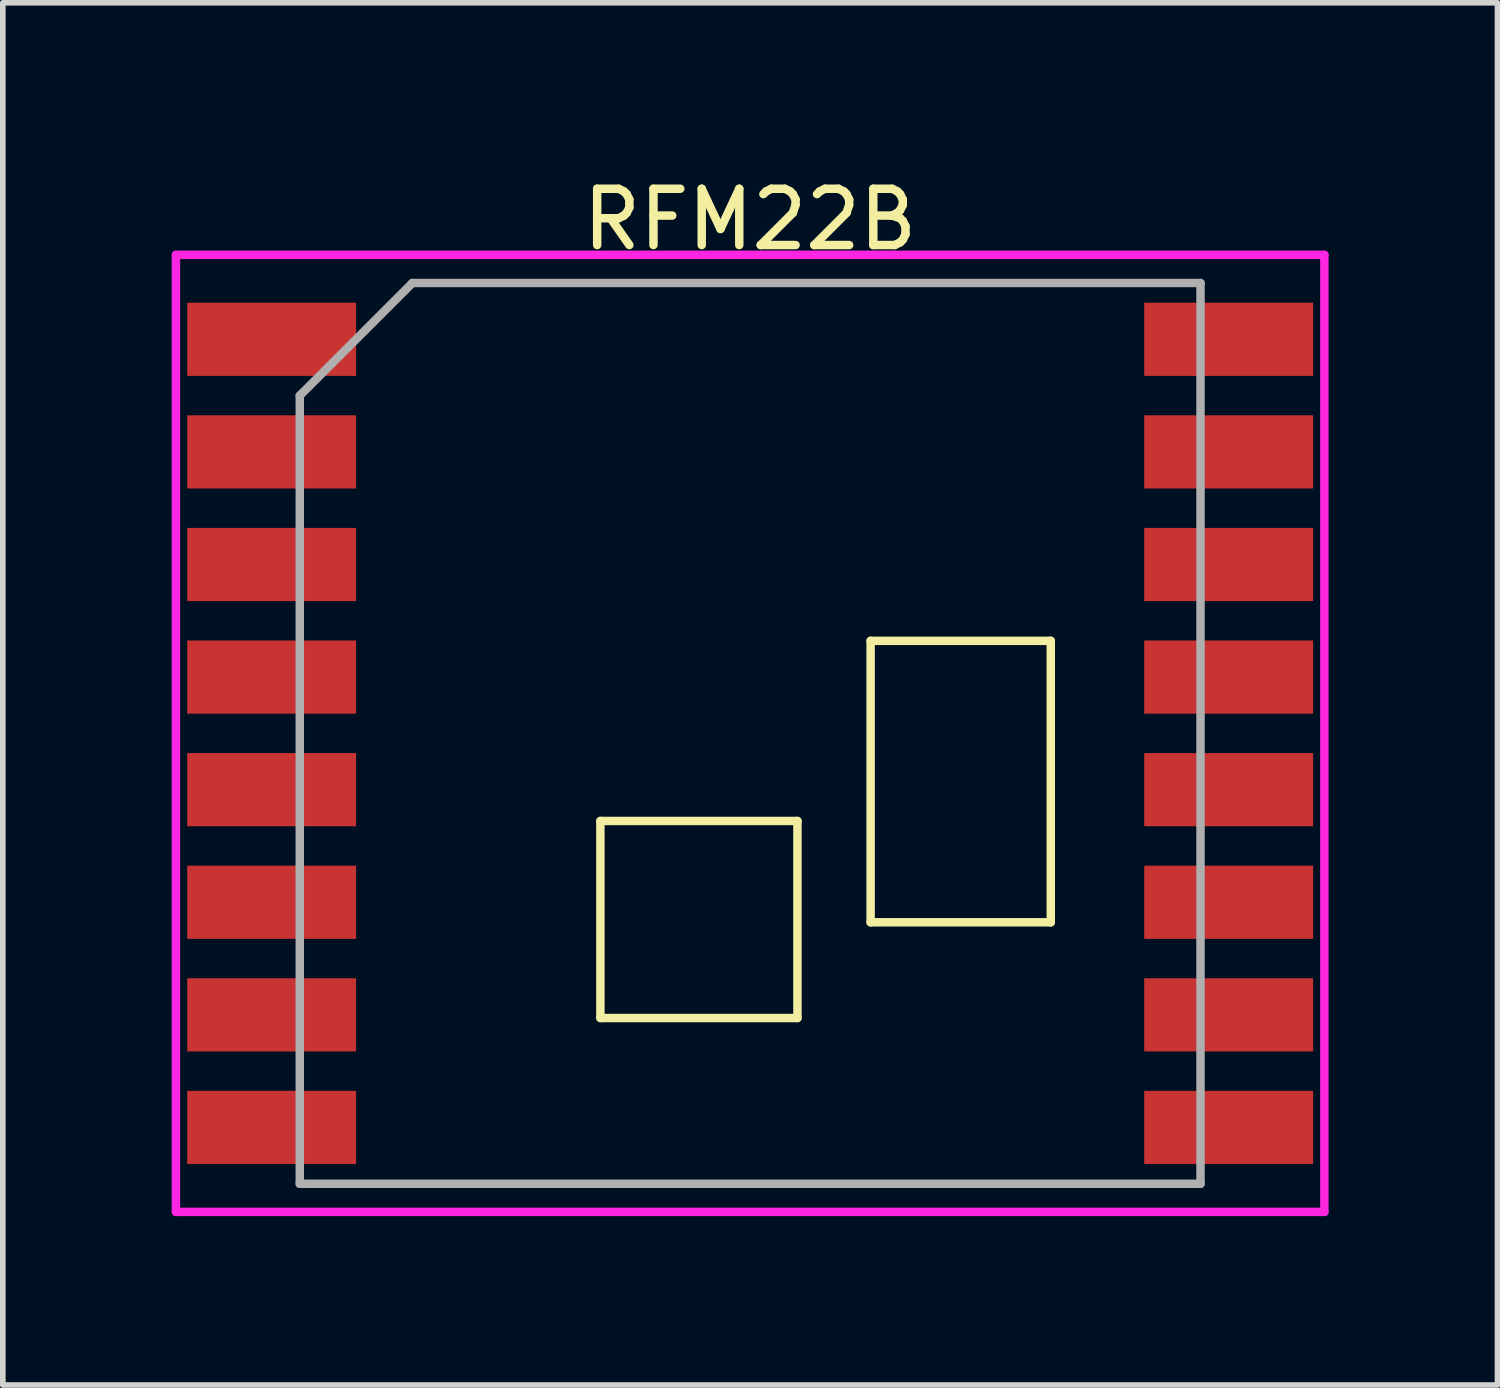
<source format=kicad_pcb>
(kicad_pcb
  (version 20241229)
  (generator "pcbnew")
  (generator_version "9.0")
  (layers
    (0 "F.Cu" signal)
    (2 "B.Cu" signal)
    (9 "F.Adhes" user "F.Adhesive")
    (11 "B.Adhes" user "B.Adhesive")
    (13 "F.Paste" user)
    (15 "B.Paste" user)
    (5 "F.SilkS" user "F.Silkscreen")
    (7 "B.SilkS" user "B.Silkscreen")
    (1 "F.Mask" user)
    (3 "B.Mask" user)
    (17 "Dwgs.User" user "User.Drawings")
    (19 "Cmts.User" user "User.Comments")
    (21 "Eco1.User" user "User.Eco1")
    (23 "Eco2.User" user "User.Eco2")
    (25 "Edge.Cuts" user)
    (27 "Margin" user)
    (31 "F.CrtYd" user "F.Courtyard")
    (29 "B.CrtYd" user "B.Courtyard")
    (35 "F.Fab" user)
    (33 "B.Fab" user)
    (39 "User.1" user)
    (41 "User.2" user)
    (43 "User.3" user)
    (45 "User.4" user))
  (footprint "RFM22B"
    (layer "F.Cu")
    (at 10.275 9.977)
    (property "Reference" "RFM22B" (at -0.003 -9.129 0) (layer "F.SilkS") (effects (font (size 1 1) (thickness 0.15))))
    (attr through_hole)
    (fp_line (start -2.66 1.556) (end -2.66 5.056) (stroke (width 0.15) (type solid)) (layer "F.SilkS"))
    (fp_line (start -2.66 1.556) (end 0.84 1.556) (stroke (width 0.15) (type solid)) (layer "F.SilkS"))
    (fp_line (start -2.66 5.056) (end 0.84 5.056) (stroke (width 0.15) (type solid)) (layer "F.SilkS"))
    (fp_line (start 0.84 1.556) (end 0.84 5.056) (stroke (width 0.15) (type solid)) (layer "F.SilkS"))
    (fp_line (start 2.14 -1.644) (end 2.14 3.356) (stroke (width 0.15) (type solid)) (layer "F.SilkS"))
    (fp_line (start 2.14 -1.644) (end 5.34 -1.644) (stroke (width 0.15) (type solid)) (layer "F.SilkS"))
    (fp_line (start 2.14 3.356) (end 5.34 3.356) (stroke (width 0.15) (type solid)) (layer "F.SilkS"))
    (fp_line (start 5.34 -1.644) (end 5.34 3.356) (stroke (width 0.15) (type solid)) (layer "F.SilkS"))
    (fp_line (start -10.2 8.5) (end -10.2 -8.5) (stroke (width 0.15) (type solid)) (layer "F.CrtYd"))
    (fp_line (start 10.2 -8.5) (end -10.2 -8.5) (stroke (width 0.15) (type solid)) (layer "F.CrtYd"))
    (fp_line (start 10.2 8.5) (end -10.2 8.5) (stroke (width 0.15) (type solid)) (layer "F.CrtYd"))
    (fp_line (start 10.2 8.5) (end 10.2 -8.5) (stroke (width 0.15) (type solid)) (layer "F.CrtYd"))
    (fp_line (start -8 -6) (end -6 -8) (stroke (width 0.15) (type solid)) (layer "F.Fab"))
    (fp_line (start -8 8) (end -8 -6) (stroke (width 0.15) (type solid)) (layer "F.Fab"))
    (fp_line (start -8 8) (end 8 8) (stroke (width 0.15) (type solid)) (layer "F.Fab"))
    (fp_line (start -6 -8) (end 8 -8) (stroke (width 0.15) (type solid)) (layer "F.Fab"))
    (fp_line (start 8 8) (end 8 -8) (stroke (width 0.15) (type solid)) (layer "F.Fab"))
    (pad "1" smd rect (at -8.5 -7) (size 3 1.3) (layers "F.Cu" "F.Mask" "F.Paste"))
    (pad "2" smd rect (at -8.5 -5) (size 3 1.3) (layers "F.Cu" "F.Mask" "F.Paste"))
    (pad "3" smd rect (at -8.5 -3) (size 3 1.3) (layers "F.Cu" "F.Mask" "F.Paste"))
    (pad "4" smd rect (at -8.5 -1) (size 3 1.3) (layers "F.Cu" "F.Mask" "F.Paste"))
    (pad "5" smd rect (at -8.5 1) (size 3 1.3) (layers "F.Cu" "F.Mask" "F.Paste"))
    (pad "6" smd rect (at -8.5 3) (size 3 1.3) (layers "F.Cu" "F.Mask" "F.Paste"))
    (pad "7" smd rect (at -8.5 5) (size 3 1.3) (layers "F.Cu" "F.Mask" "F.Paste"))
    (pad "8" smd rect (at -8.5 7) (size 3 1.3) (layers "F.Cu" "F.Mask" "F.Paste"))
    (pad "9" smd rect (at 8.5 7) (size 3 1.3) (layers "F.Cu" "F.Mask" "F.Paste"))
    (pad "10" smd rect (at 8.5 5) (size 3 1.3) (layers "F.Cu" "F.Mask" "F.Paste"))
    (pad "11" smd rect (at 8.5 3) (size 3 1.3) (layers "F.Cu" "F.Mask" "F.Paste"))
    (pad "12" smd rect (at 8.5 1) (size 3 1.3) (layers "F.Cu" "F.Mask" "F.Paste"))
    (pad "13" smd rect (at 8.5 -1) (size 3 1.3) (layers "F.Cu" "F.Mask" "F.Paste"))
    (pad "14" smd rect (at 8.5 -3) (size 3 1.3) (layers "F.Cu" "F.Mask" "F.Paste"))
    (pad "15" smd rect (at 8.5 -5) (size 3 1.3) (layers "F.Cu" "F.Mask" "F.Paste"))
    (pad "16" smd rect (at 8.5 -7) (size 3 1.3) (layers "F.Cu" "F.Mask" "F.Paste")))
  (gr_rect
    (start -3 -3)
    (end 23.55 21.552)
    (stroke (width 0.1) (type default))
    (fill no)
    (layer "Edge.Cuts")))
</source>
